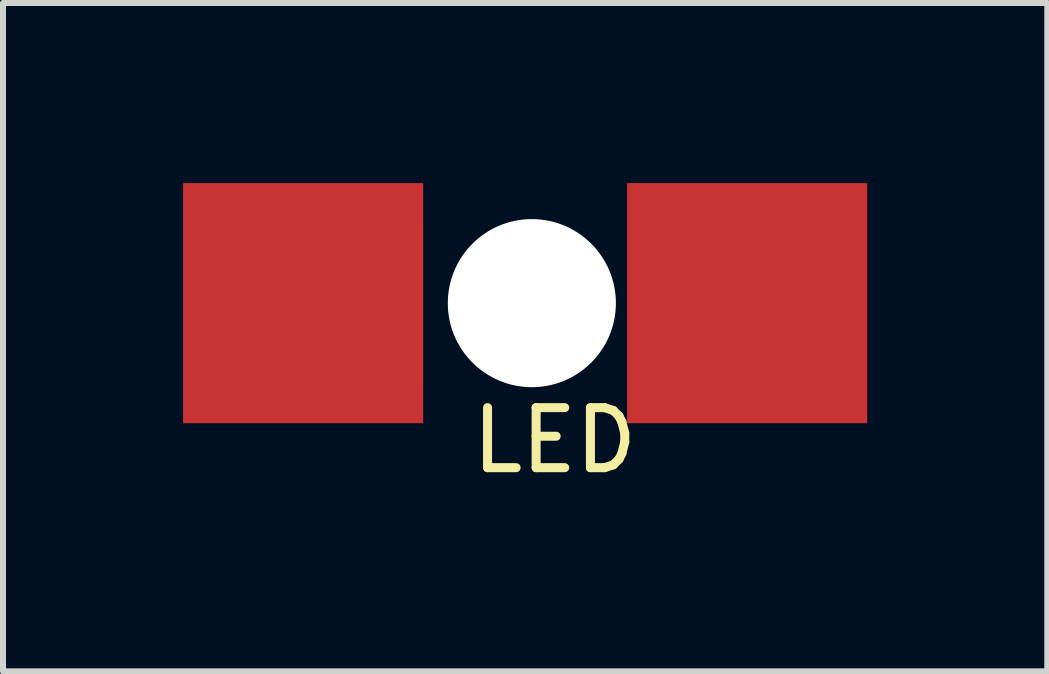
<source format=kicad_pcb>
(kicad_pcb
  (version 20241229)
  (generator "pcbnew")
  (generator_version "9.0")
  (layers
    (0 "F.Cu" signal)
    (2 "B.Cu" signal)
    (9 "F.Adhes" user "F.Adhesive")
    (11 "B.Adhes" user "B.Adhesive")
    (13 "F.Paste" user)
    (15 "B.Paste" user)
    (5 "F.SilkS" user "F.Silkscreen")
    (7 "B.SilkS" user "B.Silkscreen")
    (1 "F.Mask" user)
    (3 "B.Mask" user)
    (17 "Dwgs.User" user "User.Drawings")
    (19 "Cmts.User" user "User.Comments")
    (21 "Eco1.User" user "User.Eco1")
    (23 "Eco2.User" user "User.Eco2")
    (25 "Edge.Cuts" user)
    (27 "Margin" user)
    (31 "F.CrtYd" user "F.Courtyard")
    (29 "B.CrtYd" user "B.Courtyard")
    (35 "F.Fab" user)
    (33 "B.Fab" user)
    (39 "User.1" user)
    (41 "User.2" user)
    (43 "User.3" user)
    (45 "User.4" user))
  (footprint "LED"
    (layer "F.Cu")
    (at 3.397 2)
    (property "Reference" "LED" (at 2.794 2.286 0) (layer "F.SilkS") (effects (font (size 1 1) (thickness 0.15))))
    (attr through_hole)
    (pad "" np_thru_hole circle (at 2.413 0) (size 2.8 2.8) (drill 2.8) (layers "*.Cu" "*.Mask"))
    (pad "1" smd rect (at -1.397 0) (size 4 4) (layers "F.Cu"))
    (pad "1" smd rect (at 0 0) (size 1.2 2.6) (layers "F.Cu" "F.Mask" "F.Paste"))
    (pad "2" smd rect (at 4.8 0) (size 1.2 2.6) (layers "F.Cu" "F.Mask" "F.Paste"))
    (pad "2" smd rect (at 6 0) (size 4 4) (layers "F.Cu")))
  (gr_rect
    (start -3 -3)
    (end 14.397 8.134)
    (stroke (width 0.1) (type default))
    (fill no)
    (layer "Edge.Cuts")))
</source>
